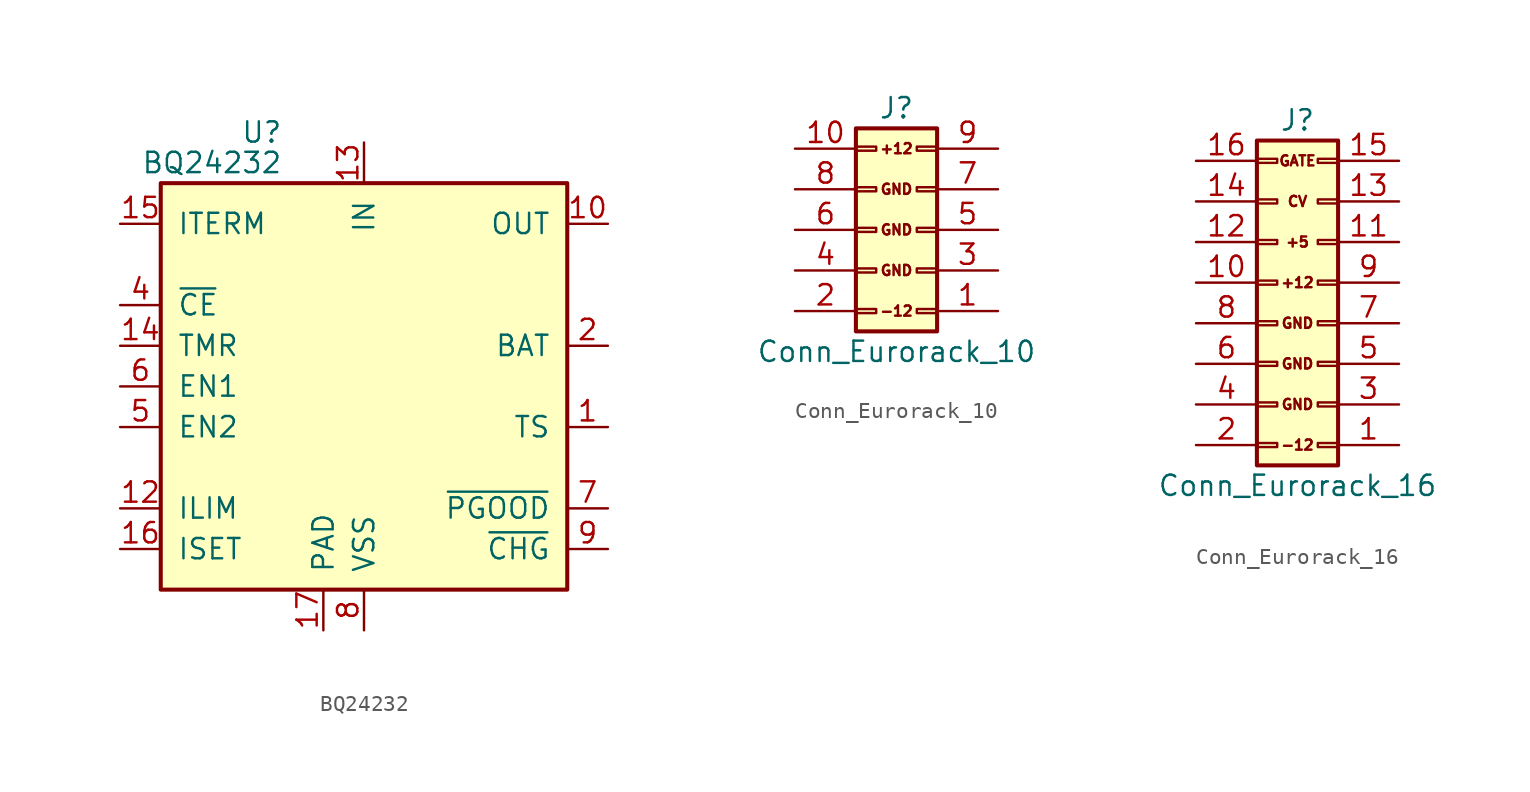
<source format=kicad_sym>
(kicad_symbol_lib
  (version 20231120)
  (generator "kicad_symbol_editor")
  (generator_version "8.0")
  (symbol "BQ24232"
    (pin_names
      (offset 1.016))
    (property "Reference" "U"
      (at -5.08 15.875 0)
      (effects (font (size 1.27 1.27)) (justify right)))
    (property "Value" "BQ24232"
      (at -5.08 13.97 0)
      (effects (font (size 1.27 1.27)) (justify right)))
    (symbol "BQ24232_0_1"
      (rectangle (start -12.7 12.7) (end 12.7 -12.7) (stroke (width 0.254) (type solid)) (fill (type background))))
    (symbol "BQ24232_1_1"
      (pin passive line (at 15.24 -2.54 180) (length 2.54) (name "TS" (effects (font (size 1.27 1.27)))) (number "1" (effects (font (size 1.27 1.27)))))
      (pin power_out line (at 15.24 10.16 180) (length 2.54) (name "OUT" (effects (font (size 1.27 1.27)))) (number "10" (effects (font (size 1.27 1.27)))))
      (pin passive line (at 15.24 10.16 180) (length 2.54) hide (name "OUT" (effects (font (size 1.27 1.27)))) (number "11" (effects (font (size 1.27 1.27)))))
      (pin passive line (at -15.24 -7.62 0) (length 2.54) (name "ILIM" (effects (font (size 1.27 1.27)))) (number "12" (effects (font (size 1.27 1.27)))))
      (pin power_in line (at 0 15.24 270) (length 2.54) (name "IN" (effects (font (size 1.27 1.27)))) (number "13" (effects (font (size 1.27 1.27)))))
      (pin input line (at -15.24 2.54 0) (length 2.54) (name "TMR" (effects (font (size 1.27 1.27)))) (number "14" (effects (font (size 1.27 1.27)))))
      (pin input line (at -15.24 10.16 0) (length 2.54) (name "ITERM" (effects (font (size 1.27 1.27)))) (number "15" (effects (font (size 1.27 1.27)))))
      (pin passive line (at -15.24 -10.16 0) (length 2.54) (name "ISET" (effects (font (size 1.27 1.27)))) (number "16" (effects (font (size 1.27 1.27)))))
      (pin power_in line (at -2.54 -15.24 90) (length 2.54) (name "PAD" (effects (font (size 1.27 1.27)))) (number "17" (effects (font (size 1.27 1.27)))))
      (pin power_out line (at 15.24 2.54 180) (length 2.54) (name "BAT" (effects (font (size 1.27 1.27)))) (number "2" (effects (font (size 1.27 1.27)))))
      (pin passive line (at 15.24 2.54 180) (length 2.54) hide (name "BAT" (effects (font (size 1.27 1.27)))) (number "3" (effects (font (size 1.27 1.27)))))
      (pin input line (at -15.24 5.08 0) (length 2.54) (name "~{CE}" (effects (font (size 1.27 1.27)))) (number "4" (effects (font (size 1.27 1.27)))))
      (pin input line (at -15.24 -2.54 0) (length 2.54) (name "EN2" (effects (font (size 1.27 1.27)))) (number "5" (effects (font (size 1.27 1.27)))))
      (pin input line (at -15.24 0 0) (length 2.54) (name "EN1" (effects (font (size 1.27 1.27)))) (number "6" (effects (font (size 1.27 1.27)))))
      (pin open_collector line (at 15.24 -7.62 180) (length 2.54) (name "~{PGOOD}" (effects (font (size 1.27 1.27)))) (number "7" (effects (font (size 1.27 1.27)))))
      (pin power_in line (at 0 -15.24 90) (length 2.54) (name "VSS" (effects (font (size 1.27 1.27)))) (number "8" (effects (font (size 1.27 1.27)))))
      (pin open_collector line (at 15.24 -10.16 180) (length 2.54) (name "~{CHG}" (effects (font (size 1.27 1.27)))) (number "9" (effects (font (size 1.27 1.27)))))))
  (symbol "Conn_Eurorack_10"
    (pin_names
      (offset 1.016) hide)
    (property "Reference" "J"
      (at 1.27 2.54 0)
      (effects (font (size 1.27 1.27))))
    (property "Value" "Conn_Eurorack_10"
      (at 1.27 -12.7 0)
      (effects (font (size 1.27 1.27))))
    (symbol "Conn_Eurorack_10_0_0"
      (text "+12" (at 1.27 0 0) (effects (font (size 0.635 0.635))))
      (text "-12" (at 1.27 -10.16 0) (effects (font (size 0.635 0.635))))
      (text "GND" (at 1.27 -7.62 0) (effects (font (size 0.635 0.635))))
      (text "GND" (at 1.27 -5.08 0) (effects (font (size 0.635 0.635))))
      (text "GND" (at 1.27 -2.54 0) (effects (font (size 0.635 0.635)))))
    (symbol "Conn_Eurorack_10_1_1"
      (rectangle (start -1.27 -10.033) (end 0 -10.287) (stroke (width 0.152) (type solid)) (fill (type none)))
      (rectangle (start -1.27 -7.493) (end 0 -7.747) (stroke (width 0.152) (type solid)) (fill (type none)))
      (rectangle (start -1.27 -4.953) (end 0 -5.207) (stroke (width 0.152) (type solid)) (fill (type none)))
      (rectangle (start -1.27 -2.413) (end 0 -2.667) (stroke (width 0.152) (type solid)) (fill (type none)))
      (rectangle (start -1.27 0.127) (end 0 -0.127) (stroke (width 0.152) (type solid)) (fill (type none)))
      (rectangle (start -1.27 1.27) (end 3.81 -11.43) (stroke (width 0.254) (type solid)) (fill (type background)))
      (rectangle (start 3.81 -10.033) (end 2.54 -10.287) (stroke (width 0.152) (type solid)) (fill (type none)))
      (rectangle (start 3.81 -7.493) (end 2.54 -7.747) (stroke (width 0.152) (type solid)) (fill (type none)))
      (rectangle (start 3.81 -4.953) (end 2.54 -5.207) (stroke (width 0.152) (type solid)) (fill (type none)))
      (rectangle (start 3.81 -2.413) (end 2.54 -2.667) (stroke (width 0.152) (type solid)) (fill (type none)))
      (rectangle (start 3.81 0.127) (end 2.54 -0.127) (stroke (width 0.152) (type solid)) (fill (type none)))
      (pin passive line (at 7.62 -10.16 180) (length 3.81) (name "-12V" (effects (font (size 1.27 1.27)))) (number "1" (effects (font (size 1.27 1.27)))))
      (pin passive line (at -5.08 0 0) (length 3.81) (name "+12V" (effects (font (size 1.27 1.27)))) (number "10" (effects (font (size 1.27 1.27)))))
      (pin passive line (at -5.08 -10.16 0) (length 3.81) (name "-12V" (effects (font (size 1.27 1.27)))) (number "2" (effects (font (size 1.27 1.27)))))
      (pin passive line (at 7.62 -7.62 180) (length 3.81) (name "GND" (effects (font (size 1.27 1.27)))) (number "3" (effects (font (size 1.27 1.27)))))
      (pin passive line (at -5.08 -7.62 0) (length 3.81) (name "GND" (effects (font (size 1.27 1.27)))) (number "4" (effects (font (size 1.27 1.27)))))
      (pin passive line (at 7.62 -5.08 180) (length 3.81) (name "GND" (effects (font (size 1.27 1.27)))) (number "5" (effects (font (size 1.27 1.27)))))
      (pin passive line (at -5.08 -5.08 0) (length 3.81) (name "GND" (effects (font (size 1.27 1.27)))) (number "6" (effects (font (size 1.27 1.27)))))
      (pin passive line (at 7.62 -2.54 180) (length 3.81) (name "GND" (effects (font (size 1.27 1.27)))) (number "7" (effects (font (size 1.27 1.27)))))
      (pin passive line (at -5.08 -2.54 0) (length 3.81) (name "GND" (effects (font (size 1.27 1.27)))) (number "8" (effects (font (size 1.27 1.27)))))
      (pin passive line (at 7.62 0 180) (length 3.81) (name "+12V" (effects (font (size 1.27 1.27)))) (number "9" (effects (font (size 1.27 1.27)))))))
  (symbol "Conn_Eurorack_16"
    (pin_names
      (offset 1.016) hide)
    (property "Reference" "J"
      (at 1.27 10.16 0)
      (effects (font (size 1.27 1.27))))
    (property "Value" "Conn_Eurorack_16"
      (at 1.27 -12.7 0)
      (effects (font (size 1.27 1.27))))
    (symbol "Conn_Eurorack_16_0_0"
      (text "+12" (at 1.27 0 0) (effects (font (size 0.635 0.635))))
      (text "+5" (at 1.27 2.54 0) (effects (font (size 0.635 0.635))))
      (text "-12" (at 1.27 -10.16 0) (effects (font (size 0.635 0.635))))
      (text "CV" (at 1.27 5.08 0) (effects (font (size 0.635 0.635))))
      (text "GATE" (at 1.27 7.62 0) (effects (font (size 0.635 0.635))))
      (text "GND" (at 1.27 -7.62 0) (effects (font (size 0.635 0.635))))
      (text "GND" (at 1.27 -5.08 0) (effects (font (size 0.635 0.635))))
      (text "GND" (at 1.27 -2.54 0) (effects (font (size 0.635 0.635)))))
    (symbol "Conn_Eurorack_16_1_1"
      (rectangle (start -1.27 -10.033) (end 0 -10.287) (stroke (width 0.152) (type solid)) (fill (type none)))
      (rectangle (start -1.27 -7.493) (end 0 -7.747) (stroke (width 0.152) (type solid)) (fill (type none)))
      (rectangle (start -1.27 -4.953) (end 0 -5.207) (stroke (width 0.152) (type solid)) (fill (type none)))
      (rectangle (start -1.27 -2.413) (end 0 -2.667) (stroke (width 0.152) (type solid)) (fill (type none)))
      (rectangle (start -1.27 0.127) (end 0 -0.127) (stroke (width 0.152) (type solid)) (fill (type none)))
      (rectangle (start -1.27 2.667) (end 0 2.413) (stroke (width 0.152) (type solid)) (fill (type none)))
      (rectangle (start -1.27 5.207) (end 0 4.953) (stroke (width 0.152) (type solid)) (fill (type none)))
      (rectangle (start -1.27 7.747) (end 0 7.493) (stroke (width 0.152) (type solid)) (fill (type none)))
      (rectangle (start -1.27 8.89) (end 3.81 -11.43) (stroke (width 0.254) (type solid)) (fill (type background)))
      (rectangle (start 3.81 -10.033) (end 2.54 -10.287) (stroke (width 0.152) (type solid)) (fill (type none)))
      (rectangle (start 3.81 -7.493) (end 2.54 -7.747) (stroke (width 0.152) (type solid)) (fill (type none)))
      (rectangle (start 3.81 -4.953) (end 2.54 -5.207) (stroke (width 0.152) (type solid)) (fill (type none)))
      (rectangle (start 3.81 -2.413) (end 2.54 -2.667) (stroke (width 0.152) (type solid)) (fill (type none)))
      (rectangle (start 3.81 0.127) (end 2.54 -0.127) (stroke (width 0.152) (type solid)) (fill (type none)))
      (rectangle (start 3.81 2.667) (end 2.54 2.413) (stroke (width 0.152) (type solid)) (fill (type none)))
      (rectangle (start 3.81 5.207) (end 2.54 4.953) (stroke (width 0.152) (type solid)) (fill (type none)))
      (rectangle (start 3.81 7.747) (end 2.54 7.493) (stroke (width 0.152) (type solid)) (fill (type none)))
      (pin passive line (at 7.62 -10.16 180) (length 3.81) (name "-12V" (effects (font (size 1.27 1.27)))) (number "1" (effects (font (size 1.27 1.27)))))
      (pin passive line (at -5.08 0 0) (length 3.81) (name "+12V" (effects (font (size 1.27 1.27)))) (number "10" (effects (font (size 1.27 1.27)))))
      (pin passive line (at 7.62 2.54 180) (length 3.81) (name "+5V" (effects (font (size 1.27 1.27)))) (number "11" (effects (font (size 1.27 1.27)))))
      (pin passive line (at -5.08 2.54 0) (length 3.81) (name "+5V" (effects (font (size 1.27 1.27)))) (number "12" (effects (font (size 1.27 1.27)))))
      (pin passive line (at 7.62 5.08 180) (length 3.81) (name "CV" (effects (font (size 1.27 1.27)))) (number "13" (effects (font (size 1.27 1.27)))))
      (pin passive line (at -5.08 5.08 0) (length 3.81) (name "CV" (effects (font (size 1.27 1.27)))) (number "14" (effects (font (size 1.27 1.27)))))
      (pin passive line (at 7.62 7.62 180) (length 3.81) (name "GATE" (effects (font (size 1.27 1.27)))) (number "15" (effects (font (size 1.27 1.27)))))
      (pin passive line (at -5.08 7.62 0) (length 3.81) (name "GATE" (effects (font (size 1.27 1.27)))) (number "16" (effects (font (size 1.27 1.27)))))
      (pin passive line (at -5.08 -10.16 0) (length 3.81) (name "-12V" (effects (font (size 1.27 1.27)))) (number "2" (effects (font (size 1.27 1.27)))))
      (pin passive line (at 7.62 -7.62 180) (length 3.81) (name "GND" (effects (font (size 1.27 1.27)))) (number "3" (effects (font (size 1.27 1.27)))))
      (pin passive line (at -5.08 -7.62 0) (length 3.81) (name "GND" (effects (font (size 1.27 1.27)))) (number "4" (effects (font (size 1.27 1.27)))))
      (pin passive line (at 7.62 -5.08 180) (length 3.81) (name "GND" (effects (font (size 1.27 1.27)))) (number "5" (effects (font (size 1.27 1.27)))))
      (pin passive line (at -5.08 -5.08 0) (length 3.81) (name "GND" (effects (font (size 1.27 1.27)))) (number "6" (effects (font (size 1.27 1.27)))))
      (pin passive line (at 7.62 -2.54 180) (length 3.81) (name "GND" (effects (font (size 1.27 1.27)))) (number "7" (effects (font (size 1.27 1.27)))))
      (pin passive line (at -5.08 -2.54 0) (length 3.81) (name "GND" (effects (font (size 1.27 1.27)))) (number "8" (effects (font (size 1.27 1.27)))))
      (pin passive line (at 7.62 0 180) (length 3.81) (name "+12V" (effects (font (size 1.27 1.27)))) (number "9" (effects (font (size 1.27 1.27))))))))
</source>
